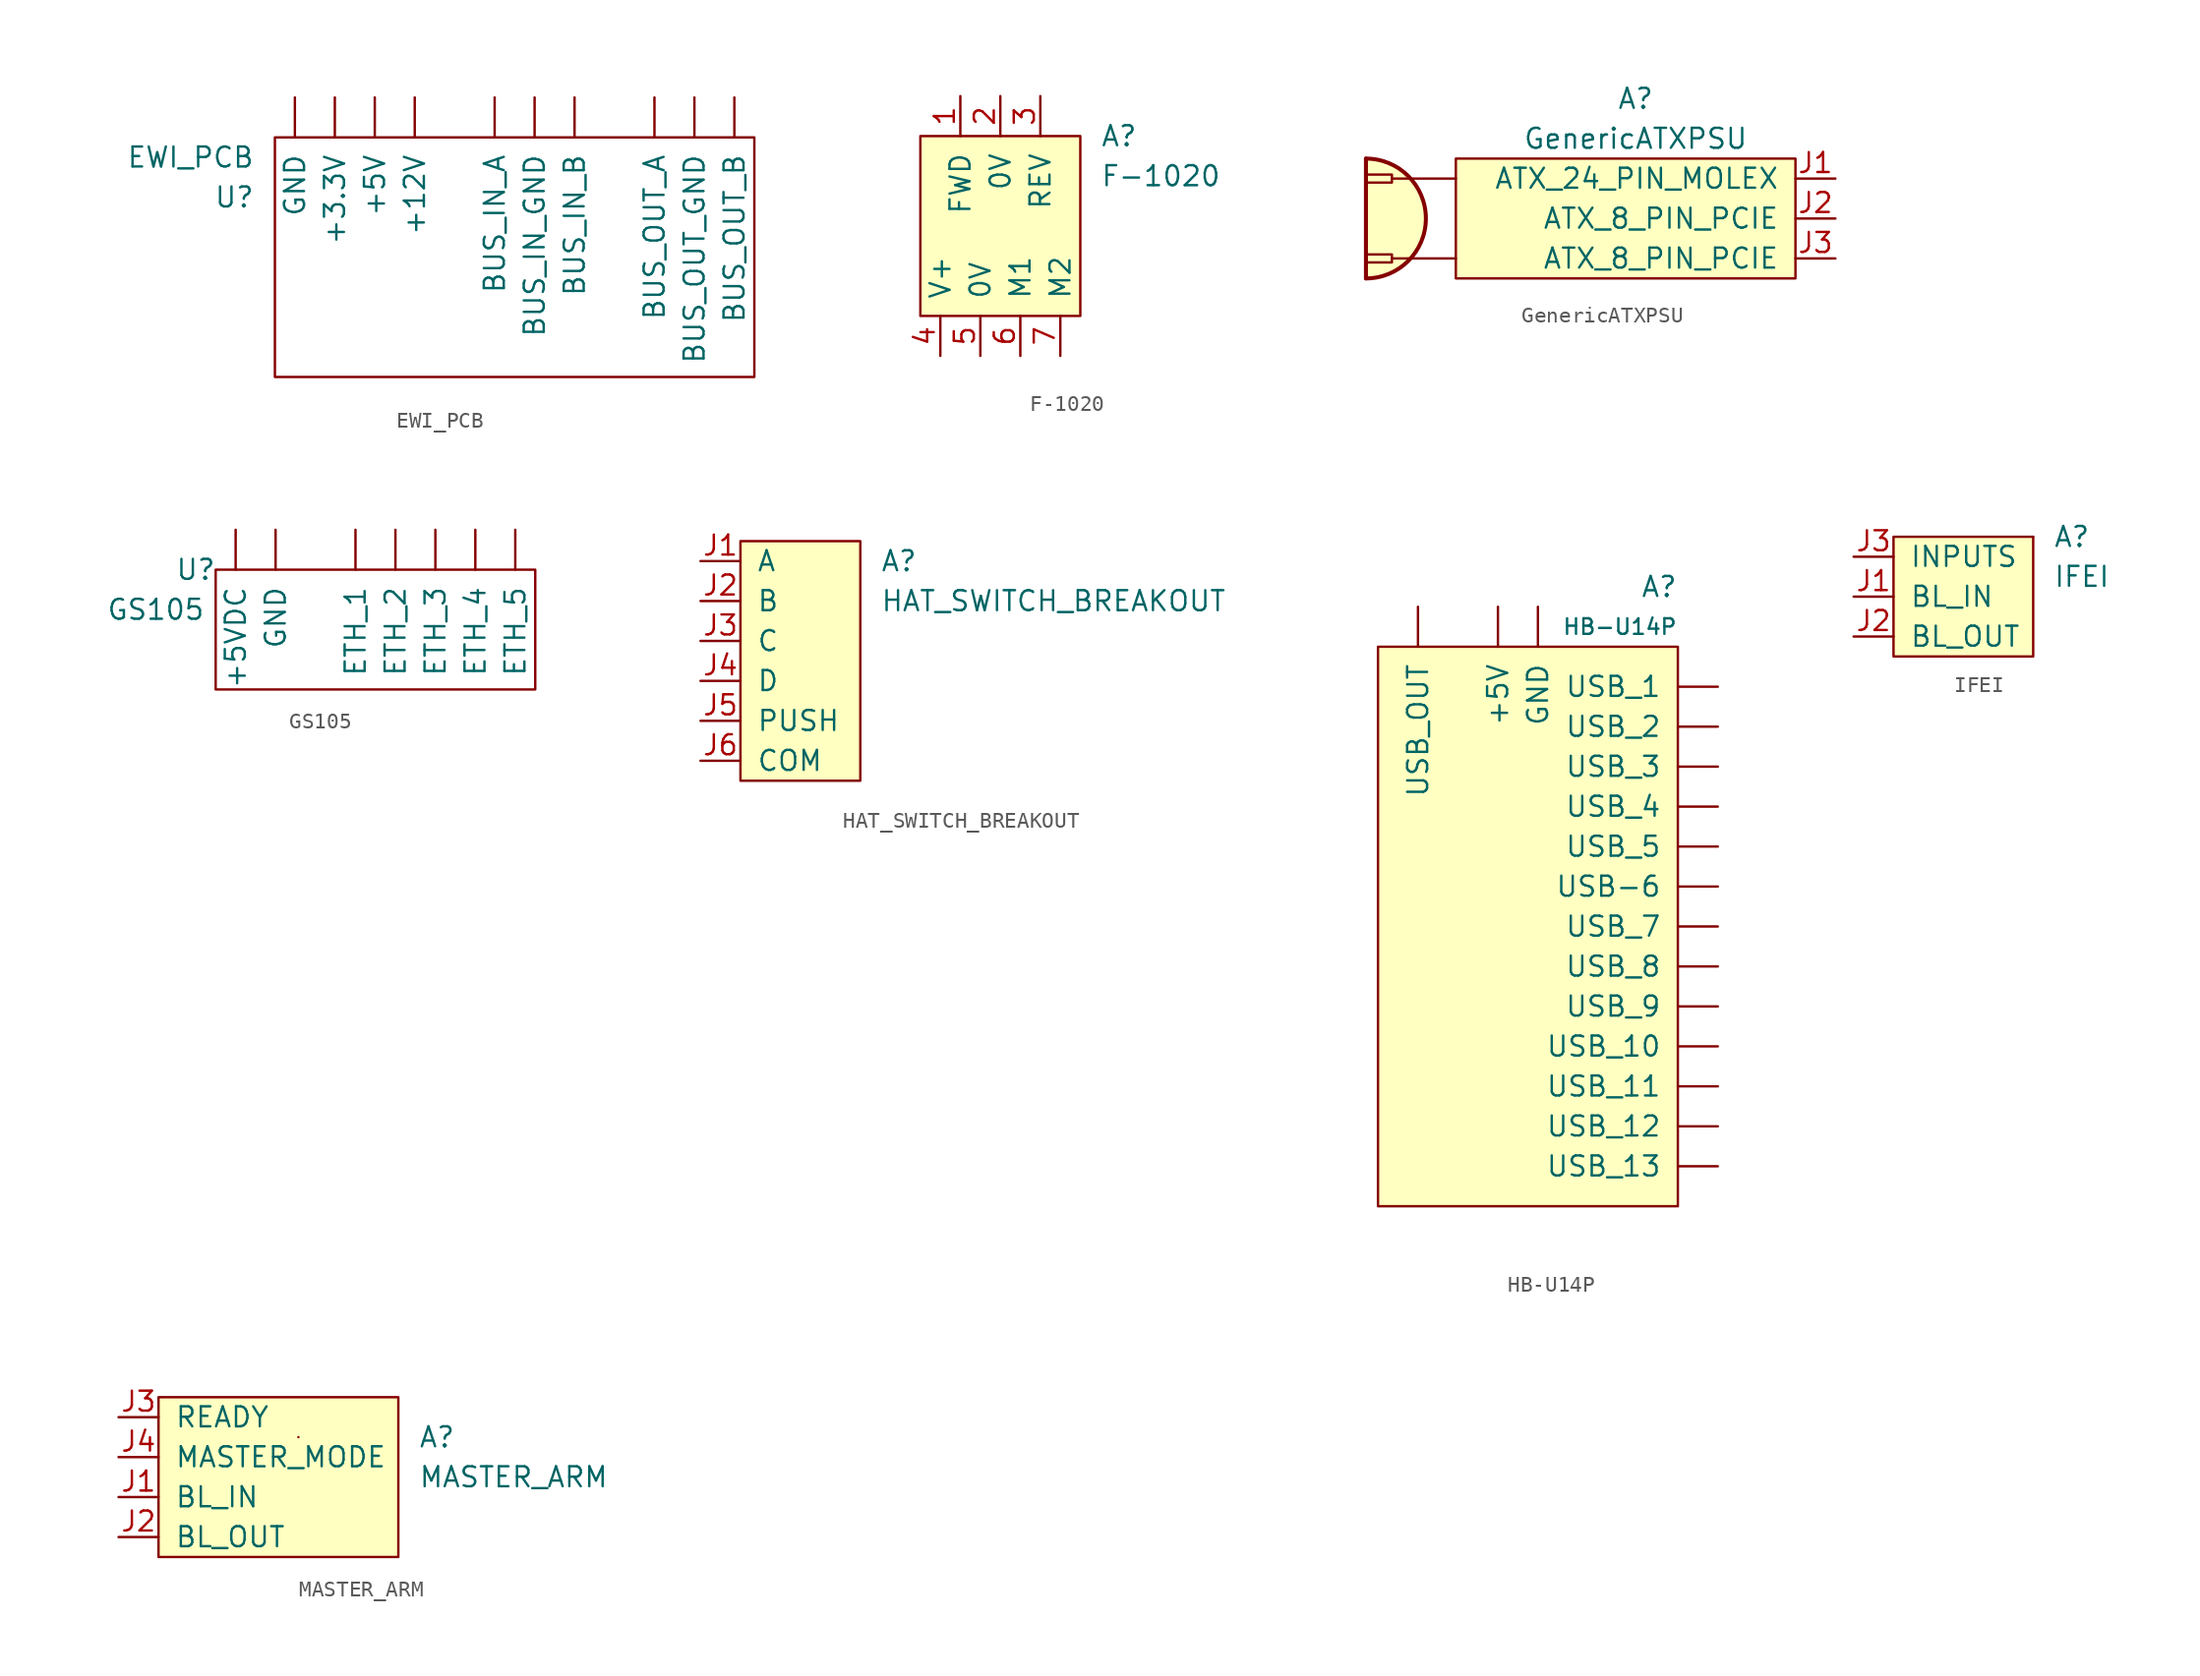
<source format=kicad_sym>
(kicad_symbol_lib
  (version 20211014)
  (generator kicad_symbol_editor)
  (symbol "EWI_PCB"
    (pin_names
      (offset 1.016))
    (property "Reference" "U"
      (at -16.51 2.54 0)
      (effects (font (size 1.27 1.27)) (justify right)))
    (property "Value" "EWI_PCB"
      (at -16.51 5.08 0)
      (effects (font (size 1.27 1.27)) (justify right)))
    (symbol "EWI_PCB_0_0"
      (pin power_in line (at -6.35 8.89 270) (length 2.54) (name "+12V" (effects (font (size 1.27 1.27)))) (number "~" (effects (font (size 1.27 1.27)))))
      (pin power_in line (at -11.43 8.89 270) (length 2.54) (name "+3.3V" (effects (font (size 1.27 1.27)))) (number "~" (effects (font (size 1.27 1.27)))))
      (pin power_in line (at -8.89 8.89 270) (length 2.54) (name "+5V" (effects (font (size 1.27 1.27)))) (number "~" (effects (font (size 1.27 1.27)))))
      (pin bidirectional line (at -1.27 8.89 270) (length 2.54) (name "BUS_IN_A" (effects (font (size 1.27 1.27)))) (number "~" (effects (font (size 1.27 1.27)))))
      (pin bidirectional line (at 3.81 8.89 270) (length 2.54) (name "BUS_IN_B" (effects (font (size 1.27 1.27)))) (number "~" (effects (font (size 1.27 1.27)))))
      (pin power_out line (at 1.27 8.89 270) (length 2.54) (name "BUS_IN_GND" (effects (font (size 1.27 1.27)))) (number "~" (effects (font (size 1.27 1.27)))))
      (pin bidirectional line (at 8.89 8.89 270) (length 2.54) (name "BUS_OUT_A" (effects (font (size 1.27 1.27)))) (number "~" (effects (font (size 1.27 1.27)))))
      (pin bidirectional line (at 13.97 8.89 270) (length 2.54) (name "BUS_OUT_B" (effects (font (size 1.27 1.27)))) (number "~" (effects (font (size 1.27 1.27)))))
      (pin power_out line (at 11.43 8.89 270) (length 2.54) (name "BUS_OUT_GND" (effects (font (size 1.27 1.27)))) (number "~" (effects (font (size 1.27 1.27)))))
      (pin power_out line (at -13.97 8.89 270) (length 2.54) (name "GND" (effects (font (size 1.27 1.27)))) (number "~" (effects (font (size 1.27 1.27))))))
    (symbol "EWI_PCB_0_1"
      (rectangle (start -15.24 6.35) (end 15.24 -8.89) (stroke (width 0) (type default) (color 0 0 0 0)) (fill (type none)))))
  (symbol "F-1020"
    (pin_names
      (offset 1.016))
    (property "Reference" "A"
      (at 6.35 6.35 0)
      (effects (font (size 1.27 1.27)) (justify left)))
    (property "Value" "F-1020"
      (at 6.35 3.81 0)
      (effects (font (size 1.27 1.27)) (justify left)))
    (symbol "F-1020_0_0"
      (pin unspecified line (at -2.54 8.89 270) (length 2.54) (name "FWD" (effects (font (size 1.27 1.27)))) (number "1" (effects (font (size 1.27 1.27)))))
      (pin unspecified line (at 0 8.89 270) (length 2.54) (name "0V" (effects (font (size 1.27 1.27)))) (number "2" (effects (font (size 1.27 1.27)))))
      (pin unspecified line (at 2.54 8.89 270) (length 2.54) (name "REV" (effects (font (size 1.27 1.27)))) (number "3" (effects (font (size 1.27 1.27)))))
      (pin unspecified line (at -3.81 -7.62 90) (length 2.54) (name "V+" (effects (font (size 1.27 1.27)))) (number "4" (effects (font (size 1.27 1.27)))))
      (pin unspecified line (at -1.27 -7.62 90) (length 2.54) (name "0V" (effects (font (size 1.27 1.27)))) (number "5" (effects (font (size 1.27 1.27)))))
      (pin unspecified line (at 1.27 -7.62 90) (length 2.54) (name "M1" (effects (font (size 1.27 1.27)))) (number "6" (effects (font (size 1.27 1.27)))))
      (pin unspecified line (at 3.81 -7.62 90) (length 2.54) (name "M2" (effects (font (size 1.27 1.27)))) (number "7" (effects (font (size 1.27 1.27))))))
    (symbol "F-1020_0_1"
      (rectangle (start -5.08 -5.08) (end 5.08 6.35) (stroke (width 0) (type default) (color 0 0 0 0)) (fill (type background)))))
  (symbol "GenericATXPSU"
    (pin_names
      (offset 1.016))
    (property "Reference" "A"
      (at -2.54 12.7 0)
      (effects (font (size 1.27 1.27))))
    (property "Value" "GenericATXPSU"
      (at -2.54 10.16 0)
      (effects (font (size 1.27 1.27))))
    (symbol "GenericATXPSU_0_0"
      (pin unspecified line (at 10.16 7.62 180) (length 2.54) (name "ATX_24_PIN_MOLEX" (effects (font (size 1.27 1.27)))) (number "J1" (effects (font (size 1.27 1.27)))))
      (pin unspecified line (at 10.16 5.08 180) (length 2.54) (name "ATX_8_PIN_PCIE" (effects (font (size 1.27 1.27)))) (number "J2" (effects (font (size 1.27 1.27)))))
      (pin unspecified line (at 10.16 2.54 180) (length 2.54) (name "ATX_8_PIN_PCIE" (effects (font (size 1.27 1.27)))) (number "J3" (effects (font (size 1.27 1.27))))))
    (symbol "GenericATXPSU_0_1"
      (rectangle (start -13.97 8.89) (end 7.62 1.27) (stroke (width 0) (type default) (color 0 0 0 0)) (fill (type background))))
    (symbol "GenericATXPSU_1_1"
      (arc (start -19.685 1.27) (mid -15.875 5.08) (end -19.685 8.89) (stroke (width 0.254) (type default) (color 0 0 0 0)) (fill (type background)))
      (rectangle (start -19.685 2.286) (end -18.034 2.794) (stroke (width 0) (type default) (color 0 0 0 0)) (fill (type none)))
      (rectangle (start -19.685 7.366) (end -18.034 7.874) (stroke (width 0) (type default) (color 0 0 0 0)) (fill (type none)))
      (polyline (pts (xy -19.685 1.27) (xy -19.685 8.89)) (stroke (width 0.254) (type default) (color 0 0 0 0)) (fill (type none)))
      (polyline (pts (xy -18.034 2.54) (xy -13.97 2.54)) (stroke (width 0) (type default) (color 0 0 0 0)) (fill (type none)))
      (polyline (pts (xy -18.034 7.62) (xy -13.97 7.62)) (stroke (width 0) (type default) (color 0 0 0 0)) (fill (type none)))))
  (symbol "GS105"
    (pin_names
      (offset 1.016))
    (property "Reference" "U"
      (at -11.43 3.81 0)
      (effects (font (size 1.27 1.27))))
    (property "Value" "GS105"
      (at -13.97 1.27 0)
      (effects (font (size 1.27 1.27))))
    (symbol "GS105_0_0"
      (pin power_in line (at -8.89 6.35 270) (length 2.54) (name "+5VDC" (effects (font (size 1.27 1.27)))) (number "~" (effects (font (size 1.27 1.27)))))
      (pin bidirectional line (at -1.27 6.35 270) (length 2.54) (name "ETH_1" (effects (font (size 1.27 1.27)))) (number "~" (effects (font (size 1.27 1.27)))))
      (pin bidirectional line (at 1.27 6.35 270) (length 2.54) (name "ETH_2" (effects (font (size 1.27 1.27)))) (number "~" (effects (font (size 1.27 1.27)))))
      (pin bidirectional line (at 3.81 6.35 270) (length 2.54) (name "ETH_3" (effects (font (size 1.27 1.27)))) (number "~" (effects (font (size 1.27 1.27)))))
      (pin bidirectional line (at 6.35 6.35 270) (length 2.54) (name "ETH_4" (effects (font (size 1.27 1.27)))) (number "~" (effects (font (size 1.27 1.27)))))
      (pin bidirectional line (at 8.89 6.35 270) (length 2.54) (name "ETH_5" (effects (font (size 1.27 1.27)))) (number "~" (effects (font (size 1.27 1.27)))))
      (pin power_out line (at -6.35 6.35 270) (length 2.54) (name "GND" (effects (font (size 1.27 1.27)))) (number "~" (effects (font (size 1.27 1.27))))))
    (symbol "GS105_0_1"
      (rectangle (start -10.16 3.81) (end 10.16 -3.81) (stroke (width 0) (type default) (color 0 0 0 0)) (fill (type none)))))
  (symbol "HAT_SWITCH_BREAKOUT"
    (pin_names
      (offset 1.016))
    (property "Reference" "A"
      (at 8.89 6.35 0)
      (effects (font (size 1.27 1.27)) (justify left)))
    (property "Value" "HAT_SWITCH_BREAKOUT"
      (at 8.89 3.81 0)
      (effects (font (size 1.27 1.27)) (justify left)))
    (symbol "HAT_SWITCH_BREAKOUT_0_0"
      (pin unspecified line (at -2.54 6.35 0) (length 2.54) (name "A" (effects (font (size 1.27 1.27)))) (number "J1" (effects (font (size 1.27 1.27)))))
      (pin unspecified line (at -2.54 3.81 0) (length 2.54) (name "B" (effects (font (size 1.27 1.27)))) (number "J2" (effects (font (size 1.27 1.27)))))
      (pin unspecified line (at -2.54 1.27 0) (length 2.54) (name "C" (effects (font (size 1.27 1.27)))) (number "J3" (effects (font (size 1.27 1.27)))))
      (pin unspecified line (at -2.54 -1.27 0) (length 2.54) (name "D" (effects (font (size 1.27 1.27)))) (number "J4" (effects (font (size 1.27 1.27)))))
      (pin unspecified line (at -2.54 -3.81 0) (length 2.54) (name "PUSH" (effects (font (size 1.27 1.27)))) (number "J5" (effects (font (size 1.27 1.27)))))
      (pin unspecified line (at -2.54 -6.35 0) (length 2.54) (name "COM" (effects (font (size 1.27 1.27)))) (number "J6" (effects (font (size 1.27 1.27))))))
    (symbol "HAT_SWITCH_BREAKOUT_0_1"
      (rectangle (start 0 7.62) (end 7.62 -7.62) (stroke (width 0) (type default) (color 0 0 0 0)) (fill (type background)))))
  (symbol "HB-U14P"
    (pin_names
      (offset 1.016))
    (property "Reference" "A"
      (at 8.89 20.32 0)
      (effects (font (size 1.27 1.27)) (justify right)))
    (property "Value" "HB-U14P"
      (at 8.89 17.78 0)
      (effects (font (size 0.991 0.991)) (justify right)))
    (symbol "HB-U14P_0_0"
      (pin power_in line (at -2.54 19.05 270) (length 2.54) (name "+5V" (effects (font (size 1.27 1.27)))) (number "~" (effects (font (size 1.27 1.27)))))
      (pin power_out line (at 0 19.05 270) (length 2.54) (name "GND" (effects (font (size 1.27 1.27)))) (number "~" (effects (font (size 1.27 1.27)))))
      (pin bidirectional line (at 11.43 1.27 180) (length 2.54) (name "USB-6" (effects (font (size 1.27 1.27)))) (number "~" (effects (font (size 1.27 1.27)))))
      (pin bidirectional line (at 11.43 13.97 180) (length 2.54) (name "USB_1" (effects (font (size 1.27 1.27)))) (number "~" (effects (font (size 1.27 1.27)))))
      (pin bidirectional line (at 11.43 -8.89 180) (length 2.54) (name "USB_10" (effects (font (size 1.27 1.27)))) (number "~" (effects (font (size 1.27 1.27)))))
      (pin bidirectional line (at 11.43 -11.43 180) (length 2.54) (name "USB_11" (effects (font (size 1.27 1.27)))) (number "~" (effects (font (size 1.27 1.27)))))
      (pin bidirectional line (at 11.43 -13.97 180) (length 2.54) (name "USB_12" (effects (font (size 1.27 1.27)))) (number "~" (effects (font (size 1.27 1.27)))))
      (pin bidirectional line (at 11.43 -16.51 180) (length 2.54) (name "USB_13" (effects (font (size 1.27 1.27)))) (number "~" (effects (font (size 1.27 1.27)))))
      (pin bidirectional line (at 11.43 11.43 180) (length 2.54) (name "USB_2" (effects (font (size 1.27 1.27)))) (number "~" (effects (font (size 1.27 1.27)))))
      (pin bidirectional line (at 11.43 8.89 180) (length 2.54) (name "USB_3" (effects (font (size 1.27 1.27)))) (number "~" (effects (font (size 1.27 1.27)))))
      (pin bidirectional line (at 11.43 6.35 180) (length 2.54) (name "USB_4" (effects (font (size 1.27 1.27)))) (number "~" (effects (font (size 1.27 1.27)))))
      (pin bidirectional line (at 11.43 3.81 180) (length 2.54) (name "USB_5" (effects (font (size 1.27 1.27)))) (number "~" (effects (font (size 1.27 1.27)))))
      (pin bidirectional line (at 11.43 -1.27 180) (length 2.54) (name "USB_7" (effects (font (size 1.27 1.27)))) (number "~" (effects (font (size 1.27 1.27)))))
      (pin bidirectional line (at 11.43 -3.81 180) (length 2.54) (name "USB_8" (effects (font (size 1.27 1.27)))) (number "~" (effects (font (size 1.27 1.27)))))
      (pin bidirectional line (at 11.43 -6.35 180) (length 2.54) (name "USB_9" (effects (font (size 1.27 1.27)))) (number "~" (effects (font (size 1.27 1.27)))))
      (pin bidirectional line (at -7.62 19.05 270) (length 2.54) (name "USB_OUT" (effects (font (size 1.27 1.27)))) (number "~" (effects (font (size 1.27 1.27))))))
    (symbol "HB-U14P_0_1"
      (rectangle (start -10.16 16.51) (end 8.89 -19.05) (stroke (width 0) (type default) (color 0 0 0 0)) (fill (type background)))))
  (symbol "IFEI"
    (pin_names
      (offset 1.016))
    (property "Reference" "A"
      (at 10.16 6.35 0)
      (effects (font (size 1.27 1.27)) (justify left)))
    (property "Value" "IFEI"
      (at 10.16 3.81 0)
      (effects (font (size 1.27 1.27)) (justify left)))
    (symbol "IFEI_0_0"
      (pin input line (at -2.54 2.54 0) (length 2.54) (name "BL_IN" (effects (font (size 1.27 1.27)))) (number "J1" (effects (font (size 1.27 1.27)))))
      (pin output line (at -2.54 0 0) (length 2.54) (name "BL_OUT" (effects (font (size 1.27 1.27)))) (number "J2" (effects (font (size 1.27 1.27)))))
      (pin input line (at -2.54 5.08 0) (length 2.54) (name "INPUTS" (effects (font (size 1.27 1.27)))) (number "J3" (effects (font (size 1.27 1.27))))))
    (symbol "IFEI_0_1"
      (rectangle (start 0 -1.27) (end 8.89 6.35) (stroke (width 0) (type default) (color 0 0 0 0)) (fill (type background)))
      (rectangle (start 8.89 6.35) (end 8.89 6.35) (stroke (width 0) (type default) (color 0 0 0 0)) (fill (type none)))))
  (symbol "MASTER_ARM"
    (pin_names
      (offset 1.016))
    (property "Reference" "A"
      (at 16.51 6.35 0)
      (effects (font (size 1.27 1.27)) (justify left)))
    (property "Value" "MASTER_ARM"
      (at 16.51 3.81 0)
      (effects (font (size 1.27 1.27)) (justify left)))
    (symbol "MASTER_ARM_0_0"
      (pin input line (at -2.54 2.54 0) (length 2.54) (name "BL_IN" (effects (font (size 1.27 1.27)))) (number "J1" (effects (font (size 1.27 1.27)))))
      (pin output line (at -2.54 0 0) (length 2.54) (name "BL_OUT" (effects (font (size 1.27 1.27)))) (number "J2" (effects (font (size 1.27 1.27)))))
      (pin input line (at -2.54 7.62 0) (length 2.54) (name "READY" (effects (font (size 1.27 1.27)))) (number "J3" (effects (font (size 1.27 1.27)))))
      (pin input line (at -2.54 5.08 0) (length 2.54) (name "MASTER_MODE" (effects (font (size 1.27 1.27)))) (number "J4" (effects (font (size 1.27 1.27))))))
    (symbol "MASTER_ARM_0_1"
      (rectangle (start 0 8.89) (end 15.24 -1.27) (stroke (width 0) (type default) (color 0 0 0 0)) (fill (type background)))
      (rectangle (start 8.89 6.35) (end 8.89 6.35) (stroke (width 0) (type default) (color 0 0 0 0)) (fill (type none))))))
</source>
